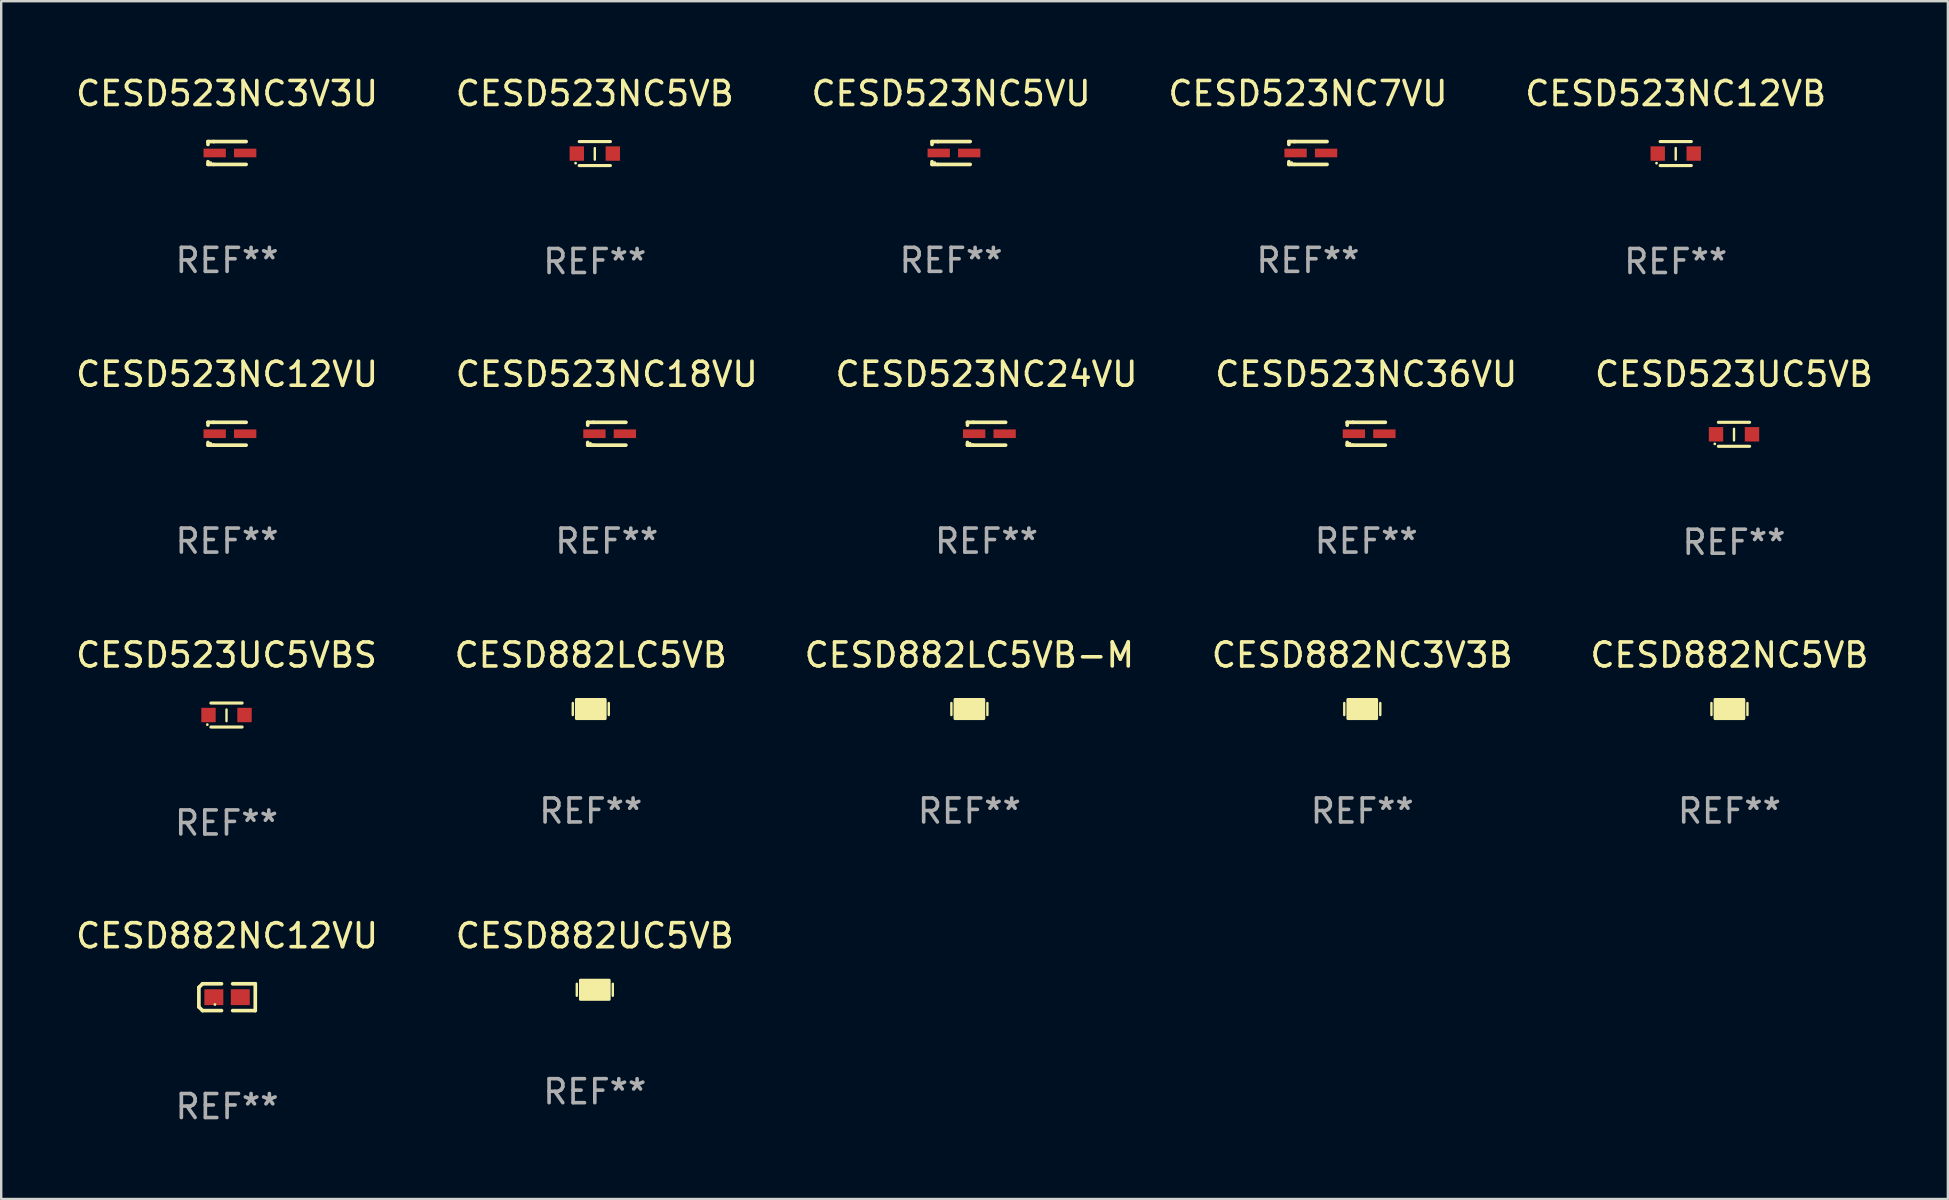
<source format=kicad_pcb>
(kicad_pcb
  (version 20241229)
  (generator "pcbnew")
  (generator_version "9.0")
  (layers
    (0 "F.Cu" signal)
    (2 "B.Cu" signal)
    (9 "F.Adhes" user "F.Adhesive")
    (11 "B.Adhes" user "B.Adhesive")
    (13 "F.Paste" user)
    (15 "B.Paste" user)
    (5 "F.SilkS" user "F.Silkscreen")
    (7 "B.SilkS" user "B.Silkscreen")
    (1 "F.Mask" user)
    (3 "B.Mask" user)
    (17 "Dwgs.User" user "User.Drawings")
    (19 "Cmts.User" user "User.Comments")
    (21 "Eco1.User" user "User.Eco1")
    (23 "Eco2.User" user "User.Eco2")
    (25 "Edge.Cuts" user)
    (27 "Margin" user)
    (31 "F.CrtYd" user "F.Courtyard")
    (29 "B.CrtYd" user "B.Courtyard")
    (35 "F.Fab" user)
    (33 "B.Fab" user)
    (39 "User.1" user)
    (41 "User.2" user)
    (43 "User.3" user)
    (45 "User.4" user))
  (footprint "CESD523NC7VU"
    (layer "F.Cu")
    (at 51.446 3.324)
    (property "Reference" "CESD523NC7VU" (at 0 -2.476 0) (layer "F.SilkS") (effects (font (size 1 1) (thickness 0.15))))
    (attr through_hole)
    (fp_line (start -0.795 -0.476) (end -0.795 -0.356) (stroke (width 0.152) (type solid)) (layer "F.SilkS"))
    (fp_line (start -0.795 0.363) (end -0.795 0.476) (stroke (width 0.152) (type solid)) (layer "F.SilkS"))
    (fp_line (start -0.795 0.476) (end -0.557 0.476) (stroke (width 0.152) (type solid)) (layer "F.SilkS"))
    (fp_line (start -0.557 -0.476) (end -0.795 -0.476) (stroke (width 0.152) (type solid)) (layer "F.SilkS"))
    (fp_line (start -0.557 -0.476) (end 0.795 -0.476) (stroke (width 0.152) (type solid)) (layer "F.SilkS"))
    (fp_line (start -0.557 0.476) (end 0.795 0.476) (stroke (width 0.152) (type solid)) (layer "F.SilkS"))
    (fp_circle (center -0.681 0.4) (end -0.651 0.4) (stroke (width 0.06) (type solid)) (fill no) (layer "F.SilkS"))
    (fp_text user "REF**" (at 0 4.476 0) (layer "F.Fab") (effects (font (size 1 1) (thickness 0.15))))
    (pad "1" smd rect (at -0.516 0 180) (size 0.93 0.36) (layers "F.Cu" "F.Mask" "F.Paste"))
    (pad "2" smd rect (at 0.754 0 180) (size 0.93 0.36) (layers "F.Cu" "F.Mask" "F.Paste")))
  (footprint "CESD523UC5VB"
    (layer "F.Cu")
    (at 69.196 15.045)
    (property "Reference" "CESD523UC5VB" (at 0 -2.5 0) (layer "F.SilkS") (effects (font (size 1 1) (thickness 0.15))))
    (attr through_hole)
    (fp_line (start -0.65 -0.5) (end 0.65 -0.5) (stroke (width 0.13) (type solid)) (layer "F.SilkS"))
    (fp_line (start -0.65 0.5) (end 0.65 0.5) (stroke (width 0.13) (type solid)) (layer "F.SilkS"))
    (fp_line (start 0 -0.229) (end 0 0.254) (stroke (width 0.1) (type solid)) (layer "F.SilkS"))
    (fp_circle (center -0.8 0.4) (end -0.77 0.4) (stroke (width 0.06) (type solid)) (fill no) (layer "F.SilkS"))
    (fp_text user "REF**" (at 0 4.5 0) (layer "F.Fab") (effects (font (size 1 1) (thickness 0.15))))
    (pad "1" smd rect (at -0.75 0) (size 0.6 0.6) (layers "F.Cu" "F.Mask" "F.Paste"))
    (pad "2" smd rect (at 0.75 0 180) (size 0.6 0.6) (layers "F.Cu" "F.Mask" "F.Paste")))
  (footprint "CESD523NC24VU"
    (layer "F.Cu")
    (at 38.054 15.021)
    (property "Reference" "CESD523NC24VU" (at 0 -2.476 0) (layer "F.SilkS") (effects (font (size 1 1) (thickness 0.15))))
    (attr through_hole)
    (fp_line (start -0.795 -0.476) (end -0.795 -0.356) (stroke (width 0.152) (type solid)) (layer "F.SilkS"))
    (fp_line (start -0.795 0.363) (end -0.795 0.476) (stroke (width 0.152) (type solid)) (layer "F.SilkS"))
    (fp_line (start -0.795 0.476) (end -0.557 0.476) (stroke (width 0.152) (type solid)) (layer "F.SilkS"))
    (fp_line (start -0.557 -0.476) (end -0.795 -0.476) (stroke (width 0.152) (type solid)) (layer "F.SilkS"))
    (fp_line (start -0.557 -0.476) (end 0.795 -0.476) (stroke (width 0.152) (type solid)) (layer "F.SilkS"))
    (fp_line (start -0.557 0.476) (end 0.795 0.476) (stroke (width 0.152) (type solid)) (layer "F.SilkS"))
    (fp_circle (center -0.681 0.4) (end -0.651 0.4) (stroke (width 0.06) (type solid)) (fill no) (layer "F.SilkS"))
    (fp_text user "REF**" (at 0 4.476 0) (layer "F.Fab") (effects (font (size 1 1) (thickness 0.15))))
    (pad "1" smd rect (at -0.516 0 180) (size 0.93 0.36) (layers "F.Cu" "F.Mask" "F.Paste"))
    (pad "2" smd rect (at 0.754 0 180) (size 0.93 0.36) (layers "F.Cu" "F.Mask" "F.Paste")))
  (footprint "CESD523NC12VU"
    (layer "F.Cu")
    (at 6.411 15.021)
    (property "Reference" "CESD523NC12VU" (at 0 -2.476 0) (layer "F.SilkS") (effects (font (size 1 1) (thickness 0.15))))
    (attr through_hole)
    (fp_line (start -0.795 -0.476) (end -0.795 -0.356) (stroke (width 0.152) (type solid)) (layer "F.SilkS"))
    (fp_line (start -0.795 0.363) (end -0.795 0.476) (stroke (width 0.152) (type solid)) (layer "F.SilkS"))
    (fp_line (start -0.795 0.476) (end -0.557 0.476) (stroke (width 0.152) (type solid)) (layer "F.SilkS"))
    (fp_line (start -0.557 -0.476) (end -0.795 -0.476) (stroke (width 0.152) (type solid)) (layer "F.SilkS"))
    (fp_line (start -0.557 -0.476) (end 0.795 -0.476) (stroke (width 0.152) (type solid)) (layer "F.SilkS"))
    (fp_line (start -0.557 0.476) (end 0.795 0.476) (stroke (width 0.152) (type solid)) (layer "F.SilkS"))
    (fp_circle (center -0.681 0.4) (end -0.651 0.4) (stroke (width 0.06) (type solid)) (fill no) (layer "F.SilkS"))
    (fp_text user "REF**" (at 0 4.476 0) (layer "F.Fab") (effects (font (size 1 1) (thickness 0.15))))
    (pad "1" smd rect (at -0.516 0 180) (size 0.93 0.36) (layers "F.Cu" "F.Mask" "F.Paste"))
    (pad "2" smd rect (at 0.754 0 180) (size 0.93 0.36) (layers "F.Cu" "F.Mask" "F.Paste")))
  (footprint "CESD882NC12VU"
    (layer "F.Cu")
    (at 6.411 38.497)
    (property "Reference" "CESD882NC12VU" (at 0 -2.559 0) (layer "F.SilkS") (effects (font (size 1 1) (thickness 0.15))))
    (attr through_hole)
    (fp_line (start -1.175 -0.407) (end -1.023 -0.559) (stroke (width 0.152) (type solid)) (layer "F.SilkS"))
    (fp_line (start -1.175 0.407) (end -1.175 -0.407) (stroke (width 0.152) (type solid)) (layer "F.SilkS"))
    (fp_line (start -1.023 -0.559) (end -0.232 -0.559) (stroke (width 0.152) (type solid)) (layer "F.SilkS"))
    (fp_line (start -1.023 0.559) (end -1.175 0.407) (stroke (width 0.152) (type solid)) (layer "F.SilkS"))
    (fp_line (start -0.232 0.559) (end -1.023 0.559) (stroke (width 0.152) (type solid)) (layer "F.SilkS"))
    (fp_line (start 0.232 0.559) (end 1.175 0.559) (stroke (width 0.152) (type solid)) (layer "F.SilkS"))
    (fp_line (start 1.175 -0.559) (end 0.232 -0.559) (stroke (width 0.152) (type solid)) (layer "F.SilkS"))
    (fp_line (start 1.175 0.559) (end 1.175 -0.559) (stroke (width 0.152) (type solid)) (layer "F.SilkS"))
    (fp_circle (center -0.506 0.306) (end -0.476 0.306) (stroke (width 0.06) (type solid)) (fill no) (layer "F.SilkS"))
    (fp_text user "REF**" (at 0 4.559 0) (layer "F.Fab") (effects (font (size 1 1) (thickness 0.15))))
    (pad "1" smd rect (at -0.551 0) (size 0.79 0.661) (layers "F.Cu" "F.Mask" "F.Paste"))
    (pad "2" smd rect (at 0.551 0) (size 0.79 0.661) (layers "F.Cu" "F.Mask" "F.Paste")))
  (footprint "CESD882NC3V3B"
    (layer "F.Cu")
    (at 53.708 26.491)
    (property "Reference" "CESD882NC3V3B" (at 0 -2.25 0) (layer "F.SilkS") (effects (font (size 1 1) (thickness 0.15))))
    (attr through_hole)
    (fp_line (start -0.75 0.25) (end -0.75 -0.25) (stroke (width 0.1) (type solid)) (layer "F.SilkS"))
    (fp_line (start 0.75 -0.25) (end 0.75 0.25) (stroke (width 0.1) (type solid)) (layer "F.SilkS"))
    (fp_circle (center -0.5 0.3) (end -0.47 0.3) (stroke (width 0.06) (type solid)) (fill no) (layer "F.SilkS"))
    (fp_poly (pts (xy -0.6 -0.4) (xy 0.6 -0.4) (xy 0.6 0.4) (xy -0.6 0.4)) (stroke (width 0.12) (type solid)) (fill yes) (layer "F.SilkS"))
    (fp_text user "REF**" (at 0 4.25 0) (layer "F.Fab") (effects (font (size 1 1) (thickness 0.15))))
    (pad "1" smd rect (at -0.325 -0.000013) (size 0.3 0.6) (layers "F.Cu" "F.Mask" "F.Paste"))
    (pad "2" smd rect (at 0.325 -0.000013) (size 0.3 0.6) (layers "F.Cu" "F.Mask" "F.Paste")))
  (footprint "CESD523NC36VU"
    (layer "F.Cu")
    (at 53.875 15.021)
    (property "Reference" "CESD523NC36VU" (at 0 -2.476 0) (layer "F.SilkS") (effects (font (size 1 1) (thickness 0.15))))
    (attr through_hole)
    (fp_line (start -0.795 -0.476) (end -0.795 -0.356) (stroke (width 0.152) (type solid)) (layer "F.SilkS"))
    (fp_line (start -0.795 0.363) (end -0.795 0.476) (stroke (width 0.152) (type solid)) (layer "F.SilkS"))
    (fp_line (start -0.795 0.476) (end -0.557 0.476) (stroke (width 0.152) (type solid)) (layer "F.SilkS"))
    (fp_line (start -0.557 -0.476) (end -0.795 -0.476) (stroke (width 0.152) (type solid)) (layer "F.SilkS"))
    (fp_line (start -0.557 -0.476) (end 0.795 -0.476) (stroke (width 0.152) (type solid)) (layer "F.SilkS"))
    (fp_line (start -0.557 0.476) (end 0.795 0.476) (stroke (width 0.152) (type solid)) (layer "F.SilkS"))
    (fp_circle (center -0.681 0.4) (end -0.651 0.4) (stroke (width 0.06) (type solid)) (fill no) (layer "F.SilkS"))
    (fp_text user "REF**" (at 0 4.476 0) (layer "F.Fab") (effects (font (size 1 1) (thickness 0.15))))
    (pad "1" smd rect (at -0.516 0 180) (size 0.93 0.36) (layers "F.Cu" "F.Mask" "F.Paste"))
    (pad "2" smd rect (at 0.754 0 180) (size 0.93 0.36) (layers "F.Cu" "F.Mask" "F.Paste")))
  (footprint "CESD523NC5VB"
    (layer "F.Cu")
    (at 21.732 3.348)
    (property "Reference" "CESD523NC5VB" (at 0 -2.5 0) (layer "F.SilkS") (effects (font (size 1 1) (thickness 0.15))))
    (attr through_hole)
    (fp_line (start -0.65 -0.5) (end 0.65 -0.5) (stroke (width 0.13) (type solid)) (layer "F.SilkS"))
    (fp_line (start -0.65 0.5) (end 0.65 0.5) (stroke (width 0.13) (type solid)) (layer "F.SilkS"))
    (fp_line (start 0 -0.229) (end 0 0.254) (stroke (width 0.1) (type solid)) (layer "F.SilkS"))
    (fp_circle (center -0.8 0.4) (end -0.77 0.4) (stroke (width 0.06) (type solid)) (fill no) (layer "F.SilkS"))
    (fp_text user "REF**" (at 0 4.5 0) (layer "F.Fab") (effects (font (size 1 1) (thickness 0.15))))
    (pad "1" smd rect (at -0.75 0) (size 0.6 0.6) (layers "F.Cu" "F.Mask" "F.Paste"))
    (pad "2" smd rect (at 0.75 0 180) (size 0.6 0.6) (layers "F.Cu" "F.Mask" "F.Paste")))
  (footprint "CESD523UC5VBS"
    (layer "F.Cu")
    (at 6.387 26.741)
    (property "Reference" "CESD523UC5VBS" (at 0 -2.5 0) (layer "F.SilkS") (effects (font (size 1 1) (thickness 0.15))))
    (attr through_hole)
    (fp_line (start -0.65 -0.5) (end 0.65 -0.5) (stroke (width 0.13) (type solid)) (layer "F.SilkS"))
    (fp_line (start -0.65 0.5) (end 0.65 0.5) (stroke (width 0.13) (type solid)) (layer "F.SilkS"))
    (fp_line (start 0 -0.229) (end 0 0.254) (stroke (width 0.1) (type solid)) (layer "F.SilkS"))
    (fp_circle (center -0.8 0.4) (end -0.77 0.4) (stroke (width 0.06) (type solid)) (fill no) (layer "F.SilkS"))
    (fp_text user "REF**" (at 0 4.5 0) (layer "F.Fab") (effects (font (size 1 1) (thickness 0.15))))
    (pad "1" smd rect (at -0.75 0) (size 0.6 0.6) (layers "F.Cu" "F.Mask" "F.Paste"))
    (pad "2" smd rect (at 0.75 0 180) (size 0.6 0.6) (layers "F.Cu" "F.Mask" "F.Paste")))
  (footprint "CESD882LC5VB-M"
    (layer "F.Cu")
    (at 37.339 26.491)
    (property "Reference" "CESD882LC5VB-M" (at 0 -2.25 0) (layer "F.SilkS") (effects (font (size 1 1) (thickness 0.15))))
    (attr through_hole)
    (fp_line (start -0.75 0.25) (end -0.75 -0.25) (stroke (width 0.1) (type solid)) (layer "F.SilkS"))
    (fp_line (start 0.75 -0.25) (end 0.75 0.25) (stroke (width 0.1) (type solid)) (layer "F.SilkS"))
    (fp_circle (center -0.5 0.3) (end -0.47 0.3) (stroke (width 0.06) (type solid)) (fill no) (layer "F.SilkS"))
    (fp_poly (pts (xy -0.6 -0.4) (xy 0.6 -0.4) (xy 0.6 0.4) (xy -0.6 0.4)) (stroke (width 0.12) (type solid)) (fill yes) (layer "F.SilkS"))
    (fp_text user "REF**" (at 0 4.25 0) (layer "F.Fab") (effects (font (size 1 1) (thickness 0.15))))
    (pad "1" smd rect (at -0.325 -0.000013) (size 0.3 0.6) (layers "F.Cu" "F.Mask" "F.Paste"))
    (pad "2" smd rect (at 0.325 -0.000013) (size 0.3 0.6) (layers "F.Cu" "F.Mask" "F.Paste")))
  (footprint "CESD523NC3V3U"
    (layer "F.Cu")
    (at 6.411 3.324)
    (property "Reference" "CESD523NC3V3U" (at 0 -2.476 0) (layer "F.SilkS") (effects (font (size 1 1) (thickness 0.15))))
    (attr through_hole)
    (fp_line (start -0.795 -0.476) (end -0.795 -0.356) (stroke (width 0.152) (type solid)) (layer "F.SilkS"))
    (fp_line (start -0.795 0.363) (end -0.795 0.476) (stroke (width 0.152) (type solid)) (layer "F.SilkS"))
    (fp_line (start -0.795 0.476) (end -0.557 0.476) (stroke (width 0.152) (type solid)) (layer "F.SilkS"))
    (fp_line (start -0.557 -0.476) (end -0.795 -0.476) (stroke (width 0.152) (type solid)) (layer "F.SilkS"))
    (fp_line (start -0.557 -0.476) (end 0.795 -0.476) (stroke (width 0.152) (type solid)) (layer "F.SilkS"))
    (fp_line (start -0.557 0.476) (end 0.795 0.476) (stroke (width 0.152) (type solid)) (layer "F.SilkS"))
    (fp_circle (center -0.681 0.4) (end -0.651 0.4) (stroke (width 0.06) (type solid)) (fill no) (layer "F.SilkS"))
    (fp_text user "REF**" (at 0 4.476 0) (layer "F.Fab") (effects (font (size 1 1) (thickness 0.15))))
    (pad "1" smd rect (at -0.516 0 180) (size 0.93 0.36) (layers "F.Cu" "F.Mask" "F.Paste"))
    (pad "2" smd rect (at 0.754 0 180) (size 0.93 0.36) (layers "F.Cu" "F.Mask" "F.Paste")))
  (footprint "CESD882LC5VB"
    (layer "F.Cu")
    (at 21.565 26.491)
    (property "Reference" "CESD882LC5VB" (at 0 -2.25 0) (layer "F.SilkS") (effects (font (size 1 1) (thickness 0.15))))
    (attr through_hole)
    (fp_line (start -0.75 0.25) (end -0.75 -0.25) (stroke (width 0.1) (type solid)) (layer "F.SilkS"))
    (fp_line (start 0.75 -0.25) (end 0.75 0.25) (stroke (width 0.1) (type solid)) (layer "F.SilkS"))
    (fp_circle (center -0.5 0.3) (end -0.47 0.3) (stroke (width 0.06) (type solid)) (fill no) (layer "F.SilkS"))
    (fp_poly (pts (xy -0.6 -0.4) (xy 0.6 -0.4) (xy 0.6 0.4) (xy -0.6 0.4)) (stroke (width 0.12) (type solid)) (fill yes) (layer "F.SilkS"))
    (fp_text user "REF**" (at 0 4.25 0) (layer "F.Fab") (effects (font (size 1 1) (thickness 0.15))))
    (pad "1" smd rect (at -0.325 -0.000013) (size 0.3 0.6) (layers "F.Cu" "F.Mask" "F.Paste"))
    (pad "2" smd rect (at 0.325 -0.000013) (size 0.3 0.6) (layers "F.Cu" "F.Mask" "F.Paste")))
  (footprint "CESD523NC12VB"
    (layer "F.Cu")
    (at 66.768 3.348)
    (property "Reference" "CESD523NC12VB" (at 0 -2.5 0) (layer "F.SilkS") (effects (font (size 1 1) (thickness 0.15))))
    (attr through_hole)
    (fp_line (start -0.65 -0.5) (end 0.65 -0.5) (stroke (width 0.13) (type solid)) (layer "F.SilkS"))
    (fp_line (start -0.65 0.5) (end 0.65 0.5) (stroke (width 0.13) (type solid)) (layer "F.SilkS"))
    (fp_line (start 0 -0.229) (end 0 0.254) (stroke (width 0.1) (type solid)) (layer "F.SilkS"))
    (fp_circle (center -0.8 0.4) (end -0.77 0.4) (stroke (width 0.06) (type solid)) (fill no) (layer "F.SilkS"))
    (fp_text user "REF**" (at 0 4.5 0) (layer "F.Fab") (effects (font (size 1 1) (thickness 0.15))))
    (pad "1" smd rect (at -0.75 0) (size 0.6 0.6) (layers "F.Cu" "F.Mask" "F.Paste"))
    (pad "2" smd rect (at 0.75 0 180) (size 0.6 0.6) (layers "F.Cu" "F.Mask" "F.Paste")))
  (footprint "CESD523NC5VU"
    (layer "F.Cu")
    (at 36.577 3.324)
    (property "Reference" "CESD523NC5VU" (at 0 -2.476 0) (layer "F.SilkS") (effects (font (size 1 1) (thickness 0.15))))
    (attr through_hole)
    (fp_line (start -0.795 -0.476) (end -0.795 -0.356) (stroke (width 0.152) (type solid)) (layer "F.SilkS"))
    (fp_line (start -0.795 0.363) (end -0.795 0.476) (stroke (width 0.152) (type solid)) (layer "F.SilkS"))
    (fp_line (start -0.795 0.476) (end -0.557 0.476) (stroke (width 0.152) (type solid)) (layer "F.SilkS"))
    (fp_line (start -0.557 -0.476) (end -0.795 -0.476) (stroke (width 0.152) (type solid)) (layer "F.SilkS"))
    (fp_line (start -0.557 -0.476) (end 0.795 -0.476) (stroke (width 0.152) (type solid)) (layer "F.SilkS"))
    (fp_line (start -0.557 0.476) (end 0.795 0.476) (stroke (width 0.152) (type solid)) (layer "F.SilkS"))
    (fp_circle (center -0.681 0.4) (end -0.651 0.4) (stroke (width 0.06) (type solid)) (fill no) (layer "F.SilkS"))
    (fp_text user "REF**" (at 0 4.476 0) (layer "F.Fab") (effects (font (size 1 1) (thickness 0.15))))
    (pad "1" smd rect (at -0.516 0 180) (size 0.93 0.36) (layers "F.Cu" "F.Mask" "F.Paste"))
    (pad "2" smd rect (at 0.754 0 180) (size 0.93 0.36) (layers "F.Cu" "F.Mask" "F.Paste")))
  (footprint "CESD882UC5VB"
    (layer "F.Cu")
    (at 21.732 38.188)
    (property "Reference" "CESD882UC5VB" (at 0 -2.25 0) (layer "F.SilkS") (effects (font (size 1 1) (thickness 0.15))))
    (attr through_hole)
    (fp_line (start -0.75 0.25) (end -0.75 -0.25) (stroke (width 0.1) (type solid)) (layer "F.SilkS"))
    (fp_line (start 0.75 -0.25) (end 0.75 0.25) (stroke (width 0.1) (type solid)) (layer "F.SilkS"))
    (fp_circle (center -0.5 0.3) (end -0.47 0.3) (stroke (width 0.06) (type solid)) (fill no) (layer "F.SilkS"))
    (fp_poly (pts (xy -0.6 -0.4) (xy 0.6 -0.4) (xy 0.6 0.4) (xy -0.6 0.4)) (stroke (width 0.12) (type solid)) (fill yes) (layer "F.SilkS"))
    (fp_text user "REF**" (at 0 4.25 0) (layer "F.Fab") (effects (font (size 1 1) (thickness 0.15))))
    (pad "1" smd rect (at -0.325 -0.000013) (size 0.3 0.6) (layers "F.Cu" "F.Mask" "F.Paste"))
    (pad "2" smd rect (at 0.325 -0.000013) (size 0.3 0.6) (layers "F.Cu" "F.Mask" "F.Paste")))
  (footprint "CESD523NC18VU"
    (layer "F.Cu")
    (at 22.232 15.021)
    (property "Reference" "CESD523NC18VU" (at 0 -2.476 0) (layer "F.SilkS") (effects (font (size 1 1) (thickness 0.15))))
    (attr through_hole)
    (fp_line (start -0.795 -0.476) (end -0.795 -0.356) (stroke (width 0.152) (type solid)) (layer "F.SilkS"))
    (fp_line (start -0.795 0.363) (end -0.795 0.476) (stroke (width 0.152) (type solid)) (layer "F.SilkS"))
    (fp_line (start -0.795 0.476) (end -0.557 0.476) (stroke (width 0.152) (type solid)) (layer "F.SilkS"))
    (fp_line (start -0.557 -0.476) (end -0.795 -0.476) (stroke (width 0.152) (type solid)) (layer "F.SilkS"))
    (fp_line (start -0.557 -0.476) (end 0.795 -0.476) (stroke (width 0.152) (type solid)) (layer "F.SilkS"))
    (fp_line (start -0.557 0.476) (end 0.795 0.476) (stroke (width 0.152) (type solid)) (layer "F.SilkS"))
    (fp_circle (center -0.681 0.4) (end -0.651 0.4) (stroke (width 0.06) (type solid)) (fill no) (layer "F.SilkS"))
    (fp_text user "REF**" (at 0 4.476 0) (layer "F.Fab") (effects (font (size 1 1) (thickness 0.15))))
    (pad "1" smd rect (at -0.516 0 180) (size 0.93 0.36) (layers "F.Cu" "F.Mask" "F.Paste"))
    (pad "2" smd rect (at 0.754 0 180) (size 0.93 0.36) (layers "F.Cu" "F.Mask" "F.Paste")))
  (footprint "CESD882NC5VB"
    (layer "F.Cu")
    (at 69.006 26.491)
    (property "Reference" "CESD882NC5VB" (at 0 -2.25 0) (layer "F.SilkS") (effects (font (size 1 1) (thickness 0.15))))
    (attr through_hole)
    (fp_line (start -0.75 0.25) (end -0.75 -0.25) (stroke (width 0.1) (type solid)) (layer "F.SilkS"))
    (fp_line (start 0.75 -0.25) (end 0.75 0.25) (stroke (width 0.1) (type solid)) (layer "F.SilkS"))
    (fp_circle (center -0.5 0.3) (end -0.47 0.3) (stroke (width 0.06) (type solid)) (fill no) (layer "F.SilkS"))
    (fp_poly (pts (xy -0.6 -0.4) (xy 0.6 -0.4) (xy 0.6 0.4) (xy -0.6 0.4)) (stroke (width 0.12) (type solid)) (fill yes) (layer "F.SilkS"))
    (fp_text user "REF**" (at 0 4.25 0) (layer "F.Fab") (effects (font (size 1 1) (thickness 0.15))))
    (pad "1" smd rect (at -0.325 -0.000013) (size 0.3 0.6) (layers "F.Cu" "F.Mask" "F.Paste"))
    (pad "2" smd rect (at 0.325 -0.000013) (size 0.3 0.6) (layers "F.Cu" "F.Mask" "F.Paste")))
  (gr_rect
    (start -3 -3)
    (end 78.107 46.905)
    (stroke (width 0.1) (type default))
    (fill no)
    (layer "Edge.Cuts")))
</source>
